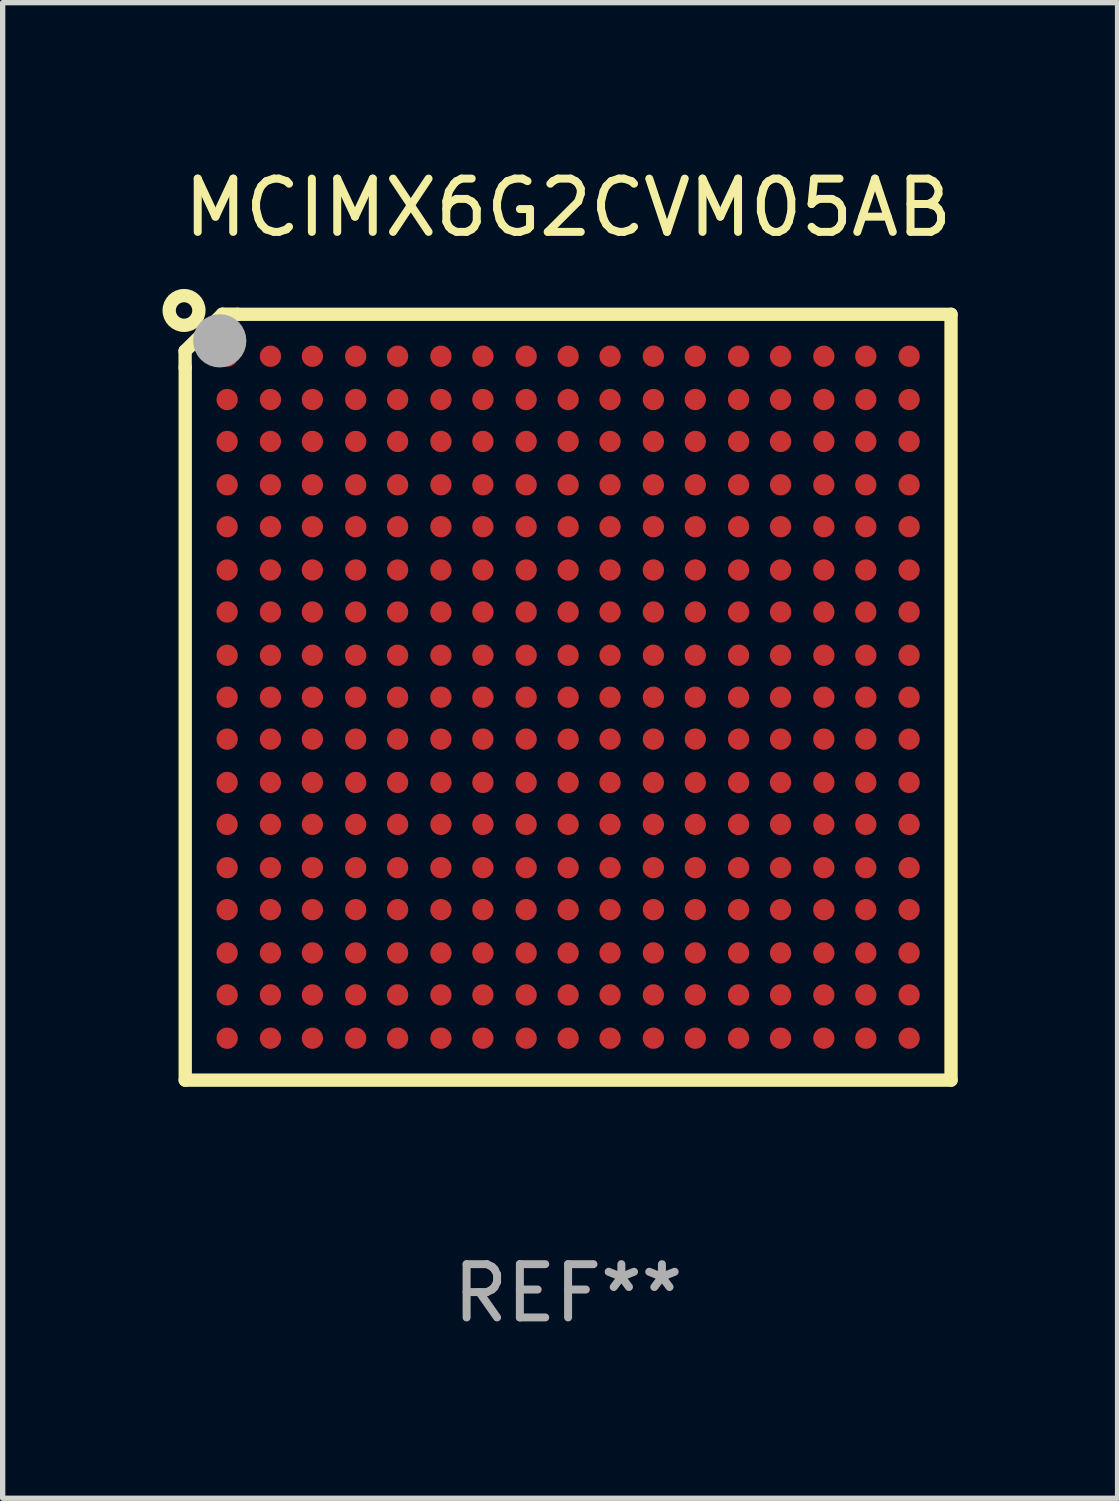
<source format=kicad_pcb>
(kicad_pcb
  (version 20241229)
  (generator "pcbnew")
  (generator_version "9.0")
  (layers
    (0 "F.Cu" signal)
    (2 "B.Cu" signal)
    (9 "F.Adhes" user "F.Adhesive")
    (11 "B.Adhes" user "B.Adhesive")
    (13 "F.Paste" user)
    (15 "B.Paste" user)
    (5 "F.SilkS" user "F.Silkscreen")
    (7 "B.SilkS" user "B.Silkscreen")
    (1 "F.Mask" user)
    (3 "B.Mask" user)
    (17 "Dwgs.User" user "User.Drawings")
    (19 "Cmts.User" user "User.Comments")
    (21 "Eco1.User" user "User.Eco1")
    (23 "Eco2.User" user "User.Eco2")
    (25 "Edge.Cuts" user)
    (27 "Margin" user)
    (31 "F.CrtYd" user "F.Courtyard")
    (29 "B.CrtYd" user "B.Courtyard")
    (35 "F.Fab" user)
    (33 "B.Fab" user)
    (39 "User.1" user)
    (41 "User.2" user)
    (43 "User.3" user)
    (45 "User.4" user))
  (footprint "MCIMX6G2CVM05AB"
    (layer "F.Cu")
    (at 7.614 10.037)
    (property "Reference" "MCIMX6G2CVM05AB" (at 0 -9.189 0) (layer "F.SilkS") (effects (font (size 1 1) (thickness 0.15))))
    (attr through_hole)
    (fp_line (start -7.189 -6.499) (end -7.189 -6.189) (stroke (width 0.25) (type solid)) (layer "F.SilkS"))
    (fp_line (start -7.187 -6.197) (end -7.187 7.189) (stroke (width 0.25) (type solid)) (layer "F.SilkS"))
    (fp_line (start -7.187 7.189) (end 7.189 7.189) (stroke (width 0.25) (type solid)) (layer "F.SilkS"))
    (fp_line (start -6.489 -7.189) (end -7.189 -6.499) (stroke (width 0.25) (type solid)) (layer "F.SilkS"))
    (fp_line (start -6.209 -7.189) (end -6.489 -7.189) (stroke (width 0.25) (type solid)) (layer "F.SilkS"))
    (fp_line (start 7.189 -7.187) (end -6.197 -7.187) (stroke (width 0.25) (type solid)) (layer "F.SilkS"))
    (fp_line (start 7.189 7.189) (end 7.189 -7.187) (stroke (width 0.25) (type solid)) (layer "F.SilkS"))
    (fp_circle (center -7.209 -7.259) (end -6.93 -7.259) (stroke (width 0.25) (type solid)) (fill no) (layer "F.SilkS"))
    (fp_circle (center -6.999 -6.999) (end -6.969 -6.999) (stroke (width 0.06) (type solid)) (fill no) (layer "F.SilkS"))
    (fp_circle (center -6.539 -6.689) (end -6.289 -6.689) (stroke (width 0.5) (type solid)) (fill no) (layer "F.Fab"))
    (fp_text user "REF**" (at 0 11.189 0) (layer "F.Fab") (effects (font (size 1 1) (thickness 0.15))))
    (pad "A1" smd circle (at -6.4 -6.4) (size 0.4 0.4) (layers "F.Cu" "F.Mask" "F.Paste"))
    (pad "A2" smd circle (at -5.587 -6.4) (size 0.4 0.4) (layers "F.Cu" "F.Mask" "F.Paste"))
    (pad "A3" smd circle (at -4.8 -6.4) (size 0.4 0.4) (layers "F.Cu" "F.Mask" "F.Paste"))
    (pad "A4" smd circle (at -3.987 -6.4) (size 0.4 0.4) (layers "F.Cu" "F.Mask" "F.Paste"))
    (pad "A5" smd circle (at -3.2 -6.4) (size 0.4 0.4) (layers "F.Cu" "F.Mask" "F.Paste"))
    (pad "A6" smd circle (at -2.387 -6.4) (size 0.4 0.4) (layers "F.Cu" "F.Mask" "F.Paste"))
    (pad "A7" smd circle (at -1.599 -6.4) (size 0.4 0.4) (layers "F.Cu" "F.Mask" "F.Paste"))
    (pad "A8" smd circle (at -0.787 -6.4) (size 0.4 0.4) (layers "F.Cu" "F.Mask" "F.Paste"))
    (pad "A9" smd circle (at 0.001 -6.4) (size 0.4 0.4) (layers "F.Cu" "F.Mask" "F.Paste"))
    (pad "A10" smd circle (at 0.788 -6.4) (size 0.4 0.4) (layers "F.Cu" "F.Mask" "F.Paste"))
    (pad "A11" smd circle (at 1.601 -6.4) (size 0.4 0.4) (layers "F.Cu" "F.Mask" "F.Paste"))
    (pad "A12" smd circle (at 2.388 -6.4) (size 0.4 0.4) (layers "F.Cu" "F.Mask" "F.Paste"))
    (pad "A13" smd circle (at 3.201 -6.4) (size 0.4 0.4) (layers "F.Cu" "F.Mask" "F.Paste"))
    (pad "A14" smd circle (at 3.989 -6.4) (size 0.4 0.4) (layers "F.Cu" "F.Mask" "F.Paste"))
    (pad "A15" smd circle (at 4.801 -6.4) (size 0.4 0.4) (layers "F.Cu" "F.Mask" "F.Paste"))
    (pad "A16" smd circle (at 5.589 -6.4) (size 0.4 0.4) (layers "F.Cu" "F.Mask" "F.Paste"))
    (pad "A17" smd circle (at 6.402 -6.4) (size 0.4 0.4) (layers "F.Cu" "F.Mask" "F.Paste"))
    (pad "B1" smd circle (at -6.4 -5.587) (size 0.4 0.4) (layers "F.Cu" "F.Mask" "F.Paste"))
    (pad "B2" smd circle (at -5.587 -5.587) (size 0.4 0.4) (layers "F.Cu" "F.Mask" "F.Paste"))
    (pad "B3" smd circle (at -4.8 -5.587) (size 0.4 0.4) (layers "F.Cu" "F.Mask" "F.Paste"))
    (pad "B4" smd circle (at -3.987 -5.587) (size 0.4 0.4) (layers "F.Cu" "F.Mask" "F.Paste"))
    (pad "B5" smd circle (at -3.2 -5.587) (size 0.4 0.4) (layers "F.Cu" "F.Mask" "F.Paste"))
    (pad "B6" smd circle (at -2.387 -5.587) (size 0.4 0.4) (layers "F.Cu" "F.Mask" "F.Paste"))
    (pad "B7" smd circle (at -1.599 -5.587) (size 0.4 0.4) (layers "F.Cu" "F.Mask" "F.Paste"))
    (pad "B8" smd circle (at -0.787 -5.587) (size 0.4 0.4) (layers "F.Cu" "F.Mask" "F.Paste"))
    (pad "B9" smd circle (at 0.001 -5.587) (size 0.4 0.4) (layers "F.Cu" "F.Mask" "F.Paste"))
    (pad "B10" smd circle (at 0.788 -5.587) (size 0.4 0.4) (layers "F.Cu" "F.Mask" "F.Paste"))
    (pad "B11" smd circle (at 1.601 -5.587) (size 0.4 0.4) (layers "F.Cu" "F.Mask" "F.Paste"))
    (pad "B12" smd circle (at 2.388 -5.587) (size 0.4 0.4) (layers "F.Cu" "F.Mask" "F.Paste"))
    (pad "B13" smd circle (at 3.201 -5.587) (size 0.4 0.4) (layers "F.Cu" "F.Mask" "F.Paste"))
    (pad "B14" smd circle (at 3.989 -5.587) (size 0.4 0.4) (layers "F.Cu" "F.Mask" "F.Paste"))
    (pad "B15" smd circle (at 4.801 -5.587) (size 0.4 0.4) (layers "F.Cu" "F.Mask" "F.Paste"))
    (pad "B16" smd circle (at 5.589 -5.587) (size 0.4 0.4) (layers "F.Cu" "F.Mask" "F.Paste"))
    (pad "B17" smd circle (at 6.402 -5.587) (size 0.4 0.4) (layers "F.Cu" "F.Mask" "F.Paste"))
    (pad "C1" smd circle (at -6.4 -4.8) (size 0.4 0.4) (layers "F.Cu" "F.Mask" "F.Paste"))
    (pad "C2" smd circle (at -5.587 -4.8) (size 0.4 0.4) (layers "F.Cu" "F.Mask" "F.Paste"))
    (pad "C3" smd circle (at -4.8 -4.8) (size 0.4 0.4) (layers "F.Cu" "F.Mask" "F.Paste"))
    (pad "C4" smd circle (at -3.987 -4.8) (size 0.4 0.4) (layers "F.Cu" "F.Mask" "F.Paste"))
    (pad "C5" smd circle (at -3.2 -4.8) (size 0.4 0.4) (layers "F.Cu" "F.Mask" "F.Paste"))
    (pad "C6" smd circle (at -2.387 -4.8) (size 0.4 0.4) (layers "F.Cu" "F.Mask" "F.Paste"))
    (pad "C7" smd circle (at -1.599 -4.8) (size 0.4 0.4) (layers "F.Cu" "F.Mask" "F.Paste"))
    (pad "C8" smd circle (at -0.787 -4.8) (size 0.4 0.4) (layers "F.Cu" "F.Mask" "F.Paste"))
    (pad "C9" smd circle (at 0.001 -4.8) (size 0.4 0.4) (layers "F.Cu" "F.Mask" "F.Paste"))
    (pad "C10" smd circle (at 0.788 -4.8) (size 0.4 0.4) (layers "F.Cu" "F.Mask" "F.Paste"))
    (pad "C11" smd circle (at 1.601 -4.8) (size 0.4 0.4) (layers "F.Cu" "F.Mask" "F.Paste"))
    (pad "C12" smd circle (at 2.388 -4.8) (size 0.4 0.4) (layers "F.Cu" "F.Mask" "F.Paste"))
    (pad "C13" smd circle (at 3.201 -4.8) (size 0.4 0.4) (layers "F.Cu" "F.Mask" "F.Paste"))
    (pad "C14" smd circle (at 3.989 -4.8) (size 0.4 0.4) (layers "F.Cu" "F.Mask" "F.Paste"))
    (pad "C15" smd circle (at 4.801 -4.8) (size 0.4 0.4) (layers "F.Cu" "F.Mask" "F.Paste"))
    (pad "C16" smd circle (at 5.589 -4.8) (size 0.4 0.4) (layers "F.Cu" "F.Mask" "F.Paste"))
    (pad "C17" smd circle (at 6.402 -4.8) (size 0.4 0.4) (layers "F.Cu" "F.Mask" "F.Paste"))
    (pad "D1" smd circle (at -6.4 -3.987) (size 0.4 0.4) (layers "F.Cu" "F.Mask" "F.Paste"))
    (pad "D2" smd circle (at -5.587 -3.987) (size 0.4 0.4) (layers "F.Cu" "F.Mask" "F.Paste"))
    (pad "D3" smd circle (at -4.8 -3.987) (size 0.4 0.4) (layers "F.Cu" "F.Mask" "F.Paste"))
    (pad "D4" smd circle (at -3.987 -3.987) (size 0.4 0.4) (layers "F.Cu" "F.Mask" "F.Paste"))
    (pad "D5" smd circle (at -3.2 -3.987) (size 0.4 0.4) (layers "F.Cu" "F.Mask" "F.Paste"))
    (pad "D6" smd circle (at -2.387 -3.987) (size 0.4 0.4) (layers "F.Cu" "F.Mask" "F.Paste"))
    (pad "D7" smd circle (at -1.599 -3.987) (size 0.4 0.4) (layers "F.Cu" "F.Mask" "F.Paste"))
    (pad "D8" smd circle (at -0.787 -3.987) (size 0.4 0.4) (layers "F.Cu" "F.Mask" "F.Paste"))
    (pad "D9" smd circle (at 0.001 -3.987) (size 0.4 0.4) (layers "F.Cu" "F.Mask" "F.Paste"))
    (pad "D10" smd circle (at 0.788 -3.987) (size 0.4 0.4) (layers "F.Cu" "F.Mask" "F.Paste"))
    (pad "D11" smd circle (at 1.601 -3.987) (size 0.4 0.4) (layers "F.Cu" "F.Mask" "F.Paste"))
    (pad "D12" smd circle (at 2.388 -3.987) (size 0.4 0.4) (layers "F.Cu" "F.Mask" "F.Paste"))
    (pad "D13" smd circle (at 3.201 -3.987) (size 0.4 0.4) (layers "F.Cu" "F.Mask" "F.Paste"))
    (pad "D14" smd circle (at 3.989 -3.987) (size 0.4 0.4) (layers "F.Cu" "F.Mask" "F.Paste"))
    (pad "D15" smd circle (at 4.801 -3.987) (size 0.4 0.4) (layers "F.Cu" "F.Mask" "F.Paste"))
    (pad "D16" smd circle (at 5.589 -3.987) (size 0.4 0.4) (layers "F.Cu" "F.Mask" "F.Paste"))
    (pad "D17" smd circle (at 6.402 -3.987) (size 0.4 0.4) (layers "F.Cu" "F.Mask" "F.Paste"))
    (pad "E1" smd circle (at -6.4 -3.2) (size 0.4 0.4) (layers "F.Cu" "F.Mask" "F.Paste"))
    (pad "E2" smd circle (at -5.587 -3.2) (size 0.4 0.4) (layers "F.Cu" "F.Mask" "F.Paste"))
    (pad "E3" smd circle (at -4.8 -3.2) (size 0.4 0.4) (layers "F.Cu" "F.Mask" "F.Paste"))
    (pad "E4" smd circle (at -3.987 -3.2) (size 0.4 0.4) (layers "F.Cu" "F.Mask" "F.Paste"))
    (pad "E5" smd circle (at -3.2 -3.2) (size 0.4 0.4) (layers "F.Cu" "F.Mask" "F.Paste"))
    (pad "E6" smd circle (at -2.387 -3.2) (size 0.4 0.4) (layers "F.Cu" "F.Mask" "F.Paste"))
    (pad "E7" smd circle (at -1.599 -3.2) (size 0.4 0.4) (layers "F.Cu" "F.Mask" "F.Paste"))
    (pad "E8" smd circle (at -0.787 -3.2) (size 0.4 0.4) (layers "F.Cu" "F.Mask" "F.Paste"))
    (pad "E9" smd circle (at 0.001 -3.2) (size 0.4 0.4) (layers "F.Cu" "F.Mask" "F.Paste"))
    (pad "E10" smd circle (at 0.788 -3.2) (size 0.4 0.4) (layers "F.Cu" "F.Mask" "F.Paste"))
    (pad "E11" smd circle (at 1.601 -3.2) (size 0.4 0.4) (layers "F.Cu" "F.Mask" "F.Paste"))
    (pad "E12" smd circle (at 2.388 -3.2) (size 0.4 0.4) (layers "F.Cu" "F.Mask" "F.Paste"))
    (pad "E13" smd circle (at 3.201 -3.2) (size 0.4 0.4) (layers "F.Cu" "F.Mask" "F.Paste"))
    (pad "E14" smd circle (at 3.989 -3.2) (size 0.4 0.4) (layers "F.Cu" "F.Mask" "F.Paste"))
    (pad "E15" smd circle (at 4.801 -3.2) (size 0.4 0.4) (layers "F.Cu" "F.Mask" "F.Paste"))
    (pad "E16" smd circle (at 5.589 -3.2) (size 0.4 0.4) (layers "F.Cu" "F.Mask" "F.Paste"))
    (pad "E17" smd circle (at 6.402 -3.2) (size 0.4 0.4) (layers "F.Cu" "F.Mask" "F.Paste"))
    (pad "F1" smd circle (at -6.4 -2.387) (size 0.4 0.4) (layers "F.Cu" "F.Mask" "F.Paste"))
    (pad "F2" smd circle (at -5.587 -2.387) (size 0.4 0.4) (layers "F.Cu" "F.Mask" "F.Paste"))
    (pad "F3" smd circle (at -4.8 -2.387) (size 0.4 0.4) (layers "F.Cu" "F.Mask" "F.Paste"))
    (pad "F4" smd circle (at -3.987 -2.387) (size 0.4 0.4) (layers "F.Cu" "F.Mask" "F.Paste"))
    (pad "F5" smd circle (at -3.2 -2.387) (size 0.4 0.4) (layers "F.Cu" "F.Mask" "F.Paste"))
    (pad "F6" smd circle (at -2.387 -2.387) (size 0.4 0.4) (layers "F.Cu" "F.Mask" "F.Paste"))
    (pad "F7" smd circle (at -1.599 -2.387) (size 0.4 0.4) (layers "F.Cu" "F.Mask" "F.Paste"))
    (pad "F8" smd circle (at -0.787 -2.387) (size 0.4 0.4) (layers "F.Cu" "F.Mask" "F.Paste"))
    (pad "F9" smd circle (at 0.001 -2.387) (size 0.4 0.4) (layers "F.Cu" "F.Mask" "F.Paste"))
    (pad "F10" smd circle (at 0.788 -2.387) (size 0.4 0.4) (layers "F.Cu" "F.Mask" "F.Paste"))
    (pad "F11" smd circle (at 1.601 -2.387) (size 0.4 0.4) (layers "F.Cu" "F.Mask" "F.Paste"))
    (pad "F12" smd circle (at 2.388 -2.387) (size 0.4 0.4) (layers "F.Cu" "F.Mask" "F.Paste"))
    (pad "F13" smd circle (at 3.201 -2.387) (size 0.4 0.4) (layers "F.Cu" "F.Mask" "F.Paste"))
    (pad "F14" smd circle (at 3.989 -2.387) (size 0.4 0.4) (layers "F.Cu" "F.Mask" "F.Paste"))
    (pad "F15" smd circle (at 4.801 -2.387) (size 0.4 0.4) (layers "F.Cu" "F.Mask" "F.Paste"))
    (pad "F16" smd circle (at 5.589 -2.387) (size 0.4 0.4) (layers "F.Cu" "F.Mask" "F.Paste"))
    (pad "F17" smd circle (at 6.402 -2.387) (size 0.4 0.4) (layers "F.Cu" "F.Mask" "F.Paste"))
    (pad "G1" smd circle (at -6.4 -1.599) (size 0.4 0.4) (layers "F.Cu" "F.Mask" "F.Paste"))
    (pad "G2" smd circle (at -5.587 -1.599) (size 0.4 0.4) (layers "F.Cu" "F.Mask" "F.Paste"))
    (pad "G3" smd circle (at -4.8 -1.599) (size 0.4 0.4) (layers "F.Cu" "F.Mask" "F.Paste"))
    (pad "G4" smd circle (at -3.987 -1.599) (size 0.4 0.4) (layers "F.Cu" "F.Mask" "F.Paste"))
    (pad "G5" smd circle (at -3.2 -1.599) (size 0.4 0.4) (layers "F.Cu" "F.Mask" "F.Paste"))
    (pad "G6" smd circle (at -2.387 -1.599) (size 0.4 0.4) (layers "F.Cu" "F.Mask" "F.Paste"))
    (pad "G7" smd circle (at -1.599 -1.599) (size 0.4 0.4) (layers "F.Cu" "F.Mask" "F.Paste"))
    (pad "G8" smd circle (at -0.787 -1.599) (size 0.4 0.4) (layers "F.Cu" "F.Mask" "F.Paste"))
    (pad "G9" smd circle (at 0.001 -1.599) (size 0.4 0.4) (layers "F.Cu" "F.Mask" "F.Paste"))
    (pad "G10" smd circle (at 0.788 -1.599) (size 0.4 0.4) (layers "F.Cu" "F.Mask" "F.Paste"))
    (pad "G11" smd circle (at 1.601 -1.599) (size 0.4 0.4) (layers "F.Cu" "F.Mask" "F.Paste"))
    (pad "G12" smd circle (at 2.388 -1.599) (size 0.4 0.4) (layers "F.Cu" "F.Mask" "F.Paste"))
    (pad "G13" smd circle (at 3.201 -1.599) (size 0.4 0.4) (layers "F.Cu" "F.Mask" "F.Paste"))
    (pad "G14" smd circle (at 3.989 -1.599) (size 0.4 0.4) (layers "F.Cu" "F.Mask" "F.Paste"))
    (pad "G15" smd circle (at 4.801 -1.599) (size 0.4 0.4) (layers "F.Cu" "F.Mask" "F.Paste"))
    (pad "G16" smd circle (at 5.589 -1.599) (size 0.4 0.4) (layers "F.Cu" "F.Mask" "F.Paste"))
    (pad "G17" smd circle (at 6.402 -1.599) (size 0.4 0.4) (layers "F.Cu" "F.Mask" "F.Paste"))
    (pad "H1" smd circle (at -6.4 -0.787) (size 0.4 0.4) (layers "F.Cu" "F.Mask" "F.Paste"))
    (pad "H2" smd circle (at -5.587 -0.787) (size 0.4 0.4) (layers "F.Cu" "F.Mask" "F.Paste"))
    (pad "H3" smd circle (at -4.8 -0.787) (size 0.4 0.4) (layers "F.Cu" "F.Mask" "F.Paste"))
    (pad "H4" smd circle (at -3.987 -0.787) (size 0.4 0.4) (layers "F.Cu" "F.Mask" "F.Paste"))
    (pad "H5" smd circle (at -3.2 -0.787) (size 0.4 0.4) (layers "F.Cu" "F.Mask" "F.Paste"))
    (pad "H6" smd circle (at -2.387 -0.787) (size 0.4 0.4) (layers "F.Cu" "F.Mask" "F.Paste"))
    (pad "H7" smd circle (at -1.599 -0.787) (size 0.4 0.4) (layers "F.Cu" "F.Mask" "F.Paste"))
    (pad "H8" smd circle (at -0.787 -0.787) (size 0.4 0.4) (layers "F.Cu" "F.Mask" "F.Paste"))
    (pad "H9" smd circle (at 0.001 -0.787) (size 0.4 0.4) (layers "F.Cu" "F.Mask" "F.Paste"))
    (pad "H10" smd circle (at 0.788 -0.787) (size 0.4 0.4) (layers "F.Cu" "F.Mask" "F.Paste"))
    (pad "H11" smd circle (at 1.601 -0.787) (size 0.4 0.4) (layers "F.Cu" "F.Mask" "F.Paste"))
    (pad "H12" smd circle (at 2.388 -0.787) (size 0.4 0.4) (layers "F.Cu" "F.Mask" "F.Paste"))
    (pad "H13" smd circle (at 3.201 -0.787) (size 0.4 0.4) (layers "F.Cu" "F.Mask" "F.Paste"))
    (pad "H14" smd circle (at 3.989 -0.787) (size 0.4 0.4) (layers "F.Cu" "F.Mask" "F.Paste"))
    (pad "H15" smd circle (at 4.801 -0.787) (size 0.4 0.4) (layers "F.Cu" "F.Mask" "F.Paste"))
    (pad "H16" smd circle (at 5.589 -0.787) (size 0.4 0.4) (layers "F.Cu" "F.Mask" "F.Paste"))
    (pad "H17" smd circle (at 6.402 -0.787) (size 0.4 0.4) (layers "F.Cu" "F.Mask" "F.Paste"))
    (pad "J1" smd circle (at -6.4 0.001) (size 0.4 0.4) (layers "F.Cu" "F.Mask" "F.Paste"))
    (pad "J2" smd circle (at -5.587 0.001) (size 0.4 0.4) (layers "F.Cu" "F.Mask" "F.Paste"))
    (pad "J3" smd circle (at -4.8 0.001) (size 0.4 0.4) (layers "F.Cu" "F.Mask" "F.Paste"))
    (pad "J4" smd circle (at -3.987 0.001) (size 0.4 0.4) (layers "F.Cu" "F.Mask" "F.Paste"))
    (pad "J5" smd circle (at -3.2 0.001) (size 0.4 0.4) (layers "F.Cu" "F.Mask" "F.Paste"))
    (pad "J6" smd circle (at -2.387 0.001) (size 0.4 0.4) (layers "F.Cu" "F.Mask" "F.Paste"))
    (pad "J7" smd circle (at -1.599 0.001) (size 0.4 0.4) (layers "F.Cu" "F.Mask" "F.Paste"))
    (pad "J8" smd circle (at -0.787 0.001) (size 0.4 0.4) (layers "F.Cu" "F.Mask" "F.Paste"))
    (pad "J9" smd circle (at 0.001 0.001) (size 0.4 0.4) (layers "F.Cu" "F.Mask" "F.Paste"))
    (pad "J10" smd circle (at 0.788 0.001) (size 0.4 0.4) (layers "F.Cu" "F.Mask" "F.Paste"))
    (pad "J11" smd circle (at 1.601 0.001) (size 0.4 0.4) (layers "F.Cu" "F.Mask" "F.Paste"))
    (pad "J12" smd circle (at 2.388 0.001) (size 0.4 0.4) (layers "F.Cu" "F.Mask" "F.Paste"))
    (pad "J13" smd circle (at 3.201 0.001) (size 0.4 0.4) (layers "F.Cu" "F.Mask" "F.Paste"))
    (pad "J14" smd circle (at 3.989 0.001) (size 0.4 0.4) (layers "F.Cu" "F.Mask" "F.Paste"))
    (pad "J15" smd circle (at 4.801 0.001) (size 0.4 0.4) (layers "F.Cu" "F.Mask" "F.Paste"))
    (pad "J16" smd circle (at 5.589 0.001) (size 0.4 0.4) (layers "F.Cu" "F.Mask" "F.Paste"))
    (pad "J17" smd circle (at 6.402 0.001) (size 0.4 0.4) (layers "F.Cu" "F.Mask" "F.Paste"))
    (pad "K1" smd circle (at -6.4 0.788) (size 0.4 0.4) (layers "F.Cu" "F.Mask" "F.Paste"))
    (pad "K2" smd circle (at -5.587 0.788) (size 0.4 0.4) (layers "F.Cu" "F.Mask" "F.Paste"))
    (pad "K3" smd circle (at -4.8 0.788) (size 0.4 0.4) (layers "F.Cu" "F.Mask" "F.Paste"))
    (pad "K4" smd circle (at -3.987 0.788) (size 0.4 0.4) (layers "F.Cu" "F.Mask" "F.Paste"))
    (pad "K5" smd circle (at -3.2 0.788) (size 0.4 0.4) (layers "F.Cu" "F.Mask" "F.Paste"))
    (pad "K6" smd circle (at -2.387 0.788) (size 0.4 0.4) (layers "F.Cu" "F.Mask" "F.Paste"))
    (pad "K7" smd circle (at -1.599 0.788) (size 0.4 0.4) (layers "F.Cu" "F.Mask" "F.Paste"))
    (pad "K8" smd circle (at -0.787 0.788) (size 0.4 0.4) (layers "F.Cu" "F.Mask" "F.Paste"))
    (pad "K9" smd circle (at 0.001 0.788) (size 0.4 0.4) (layers "F.Cu" "F.Mask" "F.Paste"))
    (pad "K10" smd circle (at 0.788 0.788) (size 0.4 0.4) (layers "F.Cu" "F.Mask" "F.Paste"))
    (pad "K11" smd circle (at 1.601 0.788) (size 0.4 0.4) (layers "F.Cu" "F.Mask" "F.Paste"))
    (pad "K12" smd circle (at 2.388 0.788) (size 0.4 0.4) (layers "F.Cu" "F.Mask" "F.Paste"))
    (pad "K13" smd circle (at 3.201 0.788) (size 0.4 0.4) (layers "F.Cu" "F.Mask" "F.Paste"))
    (pad "K14" smd circle (at 3.989 0.788) (size 0.4 0.4) (layers "F.Cu" "F.Mask" "F.Paste"))
    (pad "K15" smd circle (at 4.801 0.788) (size 0.4 0.4) (layers "F.Cu" "F.Mask" "F.Paste"))
    (pad "K16" smd circle (at 5.589 0.788) (size 0.4 0.4) (layers "F.Cu" "F.Mask" "F.Paste"))
    (pad "K17" smd circle (at 6.402 0.788) (size 0.4 0.4) (layers "F.Cu" "F.Mask" "F.Paste"))
    (pad "L1" smd circle (at -6.4 1.601) (size 0.4 0.4) (layers "F.Cu" "F.Mask" "F.Paste"))
    (pad "L2" smd circle (at -5.587 1.601) (size 0.4 0.4) (layers "F.Cu" "F.Mask" "F.Paste"))
    (pad "L3" smd circle (at -4.8 1.601) (size 0.4 0.4) (layers "F.Cu" "F.Mask" "F.Paste"))
    (pad "L4" smd circle (at -3.987 1.601) (size 0.4 0.4) (layers "F.Cu" "F.Mask" "F.Paste"))
    (pad "L5" smd circle (at -3.2 1.601) (size 0.4 0.4) (layers "F.Cu" "F.Mask" "F.Paste"))
    (pad "L6" smd circle (at -2.387 1.601) (size 0.4 0.4) (layers "F.Cu" "F.Mask" "F.Paste"))
    (pad "L7" smd circle (at -1.599 1.601) (size 0.4 0.4) (layers "F.Cu" "F.Mask" "F.Paste"))
    (pad "L8" smd circle (at -0.787 1.601) (size 0.4 0.4) (layers "F.Cu" "F.Mask" "F.Paste"))
    (pad "L9" smd circle (at 0.001 1.601) (size 0.4 0.4) (layers "F.Cu" "F.Mask" "F.Paste"))
    (pad "L10" smd circle (at 0.788 1.601) (size 0.4 0.4) (layers "F.Cu" "F.Mask" "F.Paste"))
    (pad "L11" smd circle (at 1.601 1.601) (size 0.4 0.4) (layers "F.Cu" "F.Mask" "F.Paste"))
    (pad "L12" smd circle (at 2.388 1.601) (size 0.4 0.4) (layers "F.Cu" "F.Mask" "F.Paste"))
    (pad "L13" smd circle (at 3.201 1.601) (size 0.4 0.4) (layers "F.Cu" "F.Mask" "F.Paste"))
    (pad "L14" smd circle (at 3.989 1.601) (size 0.4 0.4) (layers "F.Cu" "F.Mask" "F.Paste"))
    (pad "L15" smd circle (at 4.801 1.601) (size 0.4 0.4) (layers "F.Cu" "F.Mask" "F.Paste"))
    (pad "L16" smd circle (at 5.589 1.601) (size 0.4 0.4) (layers "F.Cu" "F.Mask" "F.Paste"))
    (pad "L17" smd circle (at 6.402 1.601) (size 0.4 0.4) (layers "F.Cu" "F.Mask" "F.Paste"))
    (pad "M1" smd circle (at -6.4 2.388) (size 0.4 0.4) (layers "F.Cu" "F.Mask" "F.Paste"))
    (pad "M2" smd circle (at -5.587 2.388) (size 0.4 0.4) (layers "F.Cu" "F.Mask" "F.Paste"))
    (pad "M3" smd circle (at -4.8 2.388) (size 0.4 0.4) (layers "F.Cu" "F.Mask" "F.Paste"))
    (pad "M4" smd circle (at -3.987 2.388) (size 0.4 0.4) (layers "F.Cu" "F.Mask" "F.Paste"))
    (pad "M5" smd circle (at -3.2 2.388) (size 0.4 0.4) (layers "F.Cu" "F.Mask" "F.Paste"))
    (pad "M6" smd circle (at -2.387 2.388) (size 0.4 0.4) (layers "F.Cu" "F.Mask" "F.Paste"))
    (pad "M7" smd circle (at -1.599 2.388) (size 0.4 0.4) (layers "F.Cu" "F.Mask" "F.Paste"))
    (pad "M8" smd circle (at -0.787 2.388) (size 0.4 0.4) (layers "F.Cu" "F.Mask" "F.Paste"))
    (pad "M9" smd circle (at 0.001 2.388) (size 0.4 0.4) (layers "F.Cu" "F.Mask" "F.Paste"))
    (pad "M10" smd circle (at 0.788 2.388) (size 0.4 0.4) (layers "F.Cu" "F.Mask" "F.Paste"))
    (pad "M11" smd circle (at 1.601 2.388) (size 0.4 0.4) (layers "F.Cu" "F.Mask" "F.Paste"))
    (pad "M12" smd circle (at 2.388 2.388) (size 0.4 0.4) (layers "F.Cu" "F.Mask" "F.Paste"))
    (pad "M13" smd circle (at 3.201 2.388) (size 0.4 0.4) (layers "F.Cu" "F.Mask" "F.Paste"))
    (pad "M14" smd circle (at 3.989 2.388) (size 0.4 0.4) (layers "F.Cu" "F.Mask" "F.Paste"))
    (pad "M15" smd circle (at 4.801 2.388) (size 0.4 0.4) (layers "F.Cu" "F.Mask" "F.Paste"))
    (pad "M16" smd circle (at 5.589 2.388) (size 0.4 0.4) (layers "F.Cu" "F.Mask" "F.Paste"))
    (pad "M17" smd circle (at 6.402 2.388) (size 0.4 0.4) (layers "F.Cu" "F.Mask" "F.Paste"))
    (pad "N1" smd circle (at -6.4 3.201) (size 0.4 0.4) (layers "F.Cu" "F.Mask" "F.Paste"))
    (pad "N2" smd circle (at -5.587 3.201) (size 0.4 0.4) (layers "F.Cu" "F.Mask" "F.Paste"))
    (pad "N3" smd circle (at -4.8 3.201) (size 0.4 0.4) (layers "F.Cu" "F.Mask" "F.Paste"))
    (pad "N4" smd circle (at -3.987 3.201) (size 0.4 0.4) (layers "F.Cu" "F.Mask" "F.Paste"))
    (pad "N5" smd circle (at -3.2 3.201) (size 0.4 0.4) (layers "F.Cu" "F.Mask" "F.Paste"))
    (pad "N6" smd circle (at -2.387 3.201) (size 0.4 0.4) (layers "F.Cu" "F.Mask" "F.Paste"))
    (pad "N7" smd circle (at -1.599 3.201) (size 0.4 0.4) (layers "F.Cu" "F.Mask" "F.Paste"))
    (pad "N8" smd circle (at -0.787 3.201) (size 0.4 0.4) (layers "F.Cu" "F.Mask" "F.Paste"))
    (pad "N9" smd circle (at 0.001 3.201) (size 0.4 0.4) (layers "F.Cu" "F.Mask" "F.Paste"))
    (pad "N10" smd circle (at 0.788 3.201) (size 0.4 0.4) (layers "F.Cu" "F.Mask" "F.Paste"))
    (pad "N11" smd circle (at 1.601 3.201) (size 0.4 0.4) (layers "F.Cu" "F.Mask" "F.Paste"))
    (pad "N12" smd circle (at 2.388 3.201) (size 0.4 0.4) (layers "F.Cu" "F.Mask" "F.Paste"))
    (pad "N13" smd circle (at 3.201 3.201) (size 0.4 0.4) (layers "F.Cu" "F.Mask" "F.Paste"))
    (pad "N14" smd circle (at 3.989 3.201) (size 0.4 0.4) (layers "F.Cu" "F.Mask" "F.Paste"))
    (pad "N15" smd circle (at 4.801 3.201) (size 0.4 0.4) (layers "F.Cu" "F.Mask" "F.Paste"))
    (pad "N16" smd circle (at 5.589 3.201) (size 0.4 0.4) (layers "F.Cu" "F.Mask" "F.Paste"))
    (pad "N17" smd circle (at 6.402 3.201) (size 0.4 0.4) (layers "F.Cu" "F.Mask" "F.Paste"))
    (pad "P1" smd circle (at -6.4 3.989) (size 0.4 0.4) (layers "F.Cu" "F.Mask" "F.Paste"))
    (pad "P2" smd circle (at -5.587 3.989) (size 0.4 0.4) (layers "F.Cu" "F.Mask" "F.Paste"))
    (pad "P3" smd circle (at -4.8 3.989) (size 0.4 0.4) (layers "F.Cu" "F.Mask" "F.Paste"))
    (pad "P4" smd circle (at -3.987 3.989) (size 0.4 0.4) (layers "F.Cu" "F.Mask" "F.Paste"))
    (pad "P5" smd circle (at -3.2 3.989) (size 0.4 0.4) (layers "F.Cu" "F.Mask" "F.Paste"))
    (pad "P6" smd circle (at -2.387 3.989) (size 0.4 0.4) (layers "F.Cu" "F.Mask" "F.Paste"))
    (pad "P7" smd circle (at -1.599 3.989) (size 0.4 0.4) (layers "F.Cu" "F.Mask" "F.Paste"))
    (pad "P8" smd circle (at -0.787 3.989) (size 0.4 0.4) (layers "F.Cu" "F.Mask" "F.Paste"))
    (pad "P9" smd circle (at 0.001 3.989) (size 0.4 0.4) (layers "F.Cu" "F.Mask" "F.Paste"))
    (pad "P10" smd circle (at 0.788 3.989) (size 0.4 0.4) (layers "F.Cu" "F.Mask" "F.Paste"))
    (pad "P11" smd circle (at 1.601 3.989) (size 0.4 0.4) (layers "F.Cu" "F.Mask" "F.Paste"))
    (pad "P12" smd circle (at 2.388 3.989) (size 0.4 0.4) (layers "F.Cu" "F.Mask" "F.Paste"))
    (pad "P13" smd circle (at 3.201 3.989) (size 0.4 0.4) (layers "F.Cu" "F.Mask" "F.Paste"))
    (pad "P14" smd circle (at 3.989 3.989) (size 0.4 0.4) (layers "F.Cu" "F.Mask" "F.Paste"))
    (pad "P15" smd circle (at 4.801 3.989) (size 0.4 0.4) (layers "F.Cu" "F.Mask" "F.Paste"))
    (pad "P16" smd circle (at 5.589 3.989) (size 0.4 0.4) (layers "F.Cu" "F.Mask" "F.Paste"))
    (pad "P17" smd circle (at 6.402 3.989) (size 0.4 0.4) (layers "F.Cu" "F.Mask" "F.Paste"))
    (pad "R1" smd circle (at -6.4 4.801) (size 0.4 0.4) (layers "F.Cu" "F.Mask" "F.Paste"))
    (pad "R2" smd circle (at -5.587 4.801) (size 0.4 0.4) (layers "F.Cu" "F.Mask" "F.Paste"))
    (pad "R3" smd circle (at -4.8 4.801) (size 0.4 0.4) (layers "F.Cu" "F.Mask" "F.Paste"))
    (pad "R4" smd circle (at -3.987 4.801) (size 0.4 0.4) (layers "F.Cu" "F.Mask" "F.Paste"))
    (pad "R5" smd circle (at -3.2 4.801) (size 0.4 0.4) (layers "F.Cu" "F.Mask" "F.Paste"))
    (pad "R6" smd circle (at -2.387 4.801) (size 0.4 0.4) (layers "F.Cu" "F.Mask" "F.Paste"))
    (pad "R7" smd circle (at -1.599 4.801) (size 0.4 0.4) (layers "F.Cu" "F.Mask" "F.Paste"))
    (pad "R8" smd circle (at -0.787 4.801) (size 0.4 0.4) (layers "F.Cu" "F.Mask" "F.Paste"))
    (pad "R9" smd circle (at 0.001 4.801) (size 0.4 0.4) (layers "F.Cu" "F.Mask" "F.Paste"))
    (pad "R10" smd circle (at 0.788 4.801) (size 0.4 0.4) (layers "F.Cu" "F.Mask" "F.Paste"))
    (pad "R11" smd circle (at 1.601 4.801) (size 0.4 0.4) (layers "F.Cu" "F.Mask" "F.Paste"))
    (pad "R12" smd circle (at 2.388 4.801) (size 0.4 0.4) (layers "F.Cu" "F.Mask" "F.Paste"))
    (pad "R13" smd circle (at 3.201 4.801) (size 0.4 0.4) (layers "F.Cu" "F.Mask" "F.Paste"))
    (pad "R14" smd circle (at 3.989 4.801) (size 0.4 0.4) (layers "F.Cu" "F.Mask" "F.Paste"))
    (pad "R15" smd circle (at 4.801 4.801) (size 0.4 0.4) (layers "F.Cu" "F.Mask" "F.Paste"))
    (pad "R16" smd circle (at 5.589 4.801) (size 0.4 0.4) (layers "F.Cu" "F.Mask" "F.Paste"))
    (pad "R17" smd circle (at 6.402 4.801) (size 0.4 0.4) (layers "F.Cu" "F.Mask" "F.Paste"))
    (pad "T1" smd circle (at -6.4 5.589) (size 0.4 0.4) (layers "F.Cu" "F.Mask" "F.Paste"))
    (pad "T2" smd circle (at -5.587 5.589) (size 0.4 0.4) (layers "F.Cu" "F.Mask" "F.Paste"))
    (pad "T3" smd circle (at -4.8 5.589) (size 0.4 0.4) (layers "F.Cu" "F.Mask" "F.Paste"))
    (pad "T4" smd circle (at -3.987 5.589) (size 0.4 0.4) (layers "F.Cu" "F.Mask" "F.Paste"))
    (pad "T5" smd circle (at -3.2 5.589) (size 0.4 0.4) (layers "F.Cu" "F.Mask" "F.Paste"))
    (pad "T6" smd circle (at -2.387 5.589) (size 0.4 0.4) (layers "F.Cu" "F.Mask" "F.Paste"))
    (pad "T7" smd circle (at -1.599 5.589) (size 0.4 0.4) (layers "F.Cu" "F.Mask" "F.Paste"))
    (pad "T8" smd circle (at -0.787 5.589) (size 0.4 0.4) (layers "F.Cu" "F.Mask" "F.Paste"))
    (pad "T9" smd circle (at 0.001 5.589) (size 0.4 0.4) (layers "F.Cu" "F.Mask" "F.Paste"))
    (pad "T10" smd circle (at 0.788 5.589) (size 0.4 0.4) (layers "F.Cu" "F.Mask" "F.Paste"))
    (pad "T11" smd circle (at 1.601 5.589) (size 0.4 0.4) (layers "F.Cu" "F.Mask" "F.Paste"))
    (pad "T12" smd circle (at 2.388 5.589) (size 0.4 0.4) (layers "F.Cu" "F.Mask" "F.Paste"))
    (pad "T13" smd circle (at 3.201 5.589) (size 0.4 0.4) (layers "F.Cu" "F.Mask" "F.Paste"))
    (pad "T14" smd circle (at 3.989 5.589) (size 0.4 0.4) (layers "F.Cu" "F.Mask" "F.Paste"))
    (pad "T15" smd circle (at 4.801 5.589) (size 0.4 0.4) (layers "F.Cu" "F.Mask" "F.Paste"))
    (pad "T16" smd circle (at 5.589 5.589) (size 0.4 0.4) (layers "F.Cu" "F.Mask" "F.Paste"))
    (pad "T17" smd circle (at 6.402 5.589) (size 0.4 0.4) (layers "F.Cu" "F.Mask" "F.Paste"))
    (pad "U1" smd circle (at -6.4 6.402) (size 0.4 0.4) (layers "F.Cu" "F.Mask" "F.Paste"))
    (pad "U2" smd circle (at -5.587 6.402) (size 0.4 0.4) (layers "F.Cu" "F.Mask" "F.Paste"))
    (pad "U3" smd circle (at -4.8 6.402) (size 0.4 0.4) (layers "F.Cu" "F.Mask" "F.Paste"))
    (pad "U4" smd circle (at -3.987 6.402) (size 0.4 0.4) (layers "F.Cu" "F.Mask" "F.Paste"))
    (pad "U5" smd circle (at -3.2 6.402) (size 0.4 0.4) (layers "F.Cu" "F.Mask" "F.Paste"))
    (pad "U6" smd circle (at -2.387 6.402) (size 0.4 0.4) (layers "F.Cu" "F.Mask" "F.Paste"))
    (pad "U7" smd circle (at -1.599 6.402) (size 0.4 0.4) (layers "F.Cu" "F.Mask" "F.Paste"))
    (pad "U8" smd circle (at -0.787 6.402) (size 0.4 0.4) (layers "F.Cu" "F.Mask" "F.Paste"))
    (pad "U9" smd circle (at 0.001 6.402) (size 0.4 0.4) (layers "F.Cu" "F.Mask" "F.Paste"))
    (pad "U10" smd circle (at 0.788 6.402) (size 0.4 0.4) (layers "F.Cu" "F.Mask" "F.Paste"))
    (pad "U11" smd circle (at 1.601 6.402) (size 0.4 0.4) (layers "F.Cu" "F.Mask" "F.Paste"))
    (pad "U12" smd circle (at 2.388 6.402) (size 0.4 0.4) (layers "F.Cu" "F.Mask" "F.Paste"))
    (pad "U13" smd circle (at 3.201 6.402) (size 0.4 0.4) (layers "F.Cu" "F.Mask" "F.Paste"))
    (pad "U14" smd circle (at 3.989 6.402) (size 0.4 0.4) (layers "F.Cu" "F.Mask" "F.Paste"))
    (pad "U15" smd circle (at 4.801 6.402) (size 0.4 0.4) (layers "F.Cu" "F.Mask" "F.Paste"))
    (pad "U16" smd circle (at 5.589 6.402) (size 0.4 0.4) (layers "F.Cu" "F.Mask" "F.Paste"))
    (pad "U17" smd circle (at 6.402 6.402) (size 0.4 0.4) (layers "F.Cu" "F.Mask" "F.Paste")))
  (gr_rect
    (start -3 -3)
    (end 17.929 25.075)
    (stroke (width 0.1) (type default))
    (fill no)
    (layer "Edge.Cuts")))
</source>
